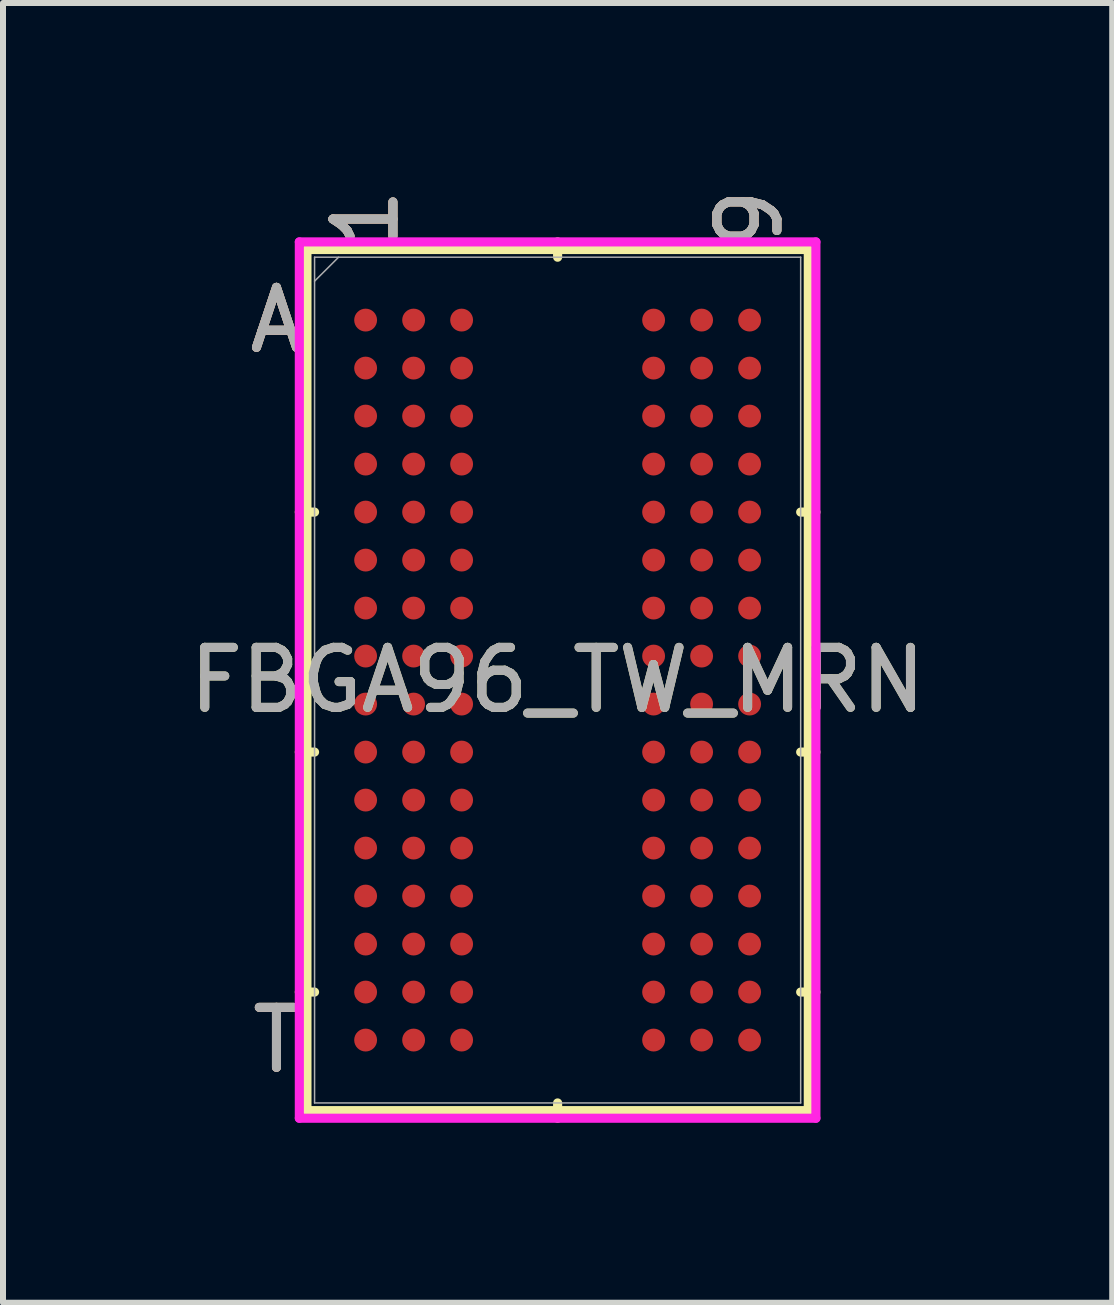
<source format=kicad_pcb>
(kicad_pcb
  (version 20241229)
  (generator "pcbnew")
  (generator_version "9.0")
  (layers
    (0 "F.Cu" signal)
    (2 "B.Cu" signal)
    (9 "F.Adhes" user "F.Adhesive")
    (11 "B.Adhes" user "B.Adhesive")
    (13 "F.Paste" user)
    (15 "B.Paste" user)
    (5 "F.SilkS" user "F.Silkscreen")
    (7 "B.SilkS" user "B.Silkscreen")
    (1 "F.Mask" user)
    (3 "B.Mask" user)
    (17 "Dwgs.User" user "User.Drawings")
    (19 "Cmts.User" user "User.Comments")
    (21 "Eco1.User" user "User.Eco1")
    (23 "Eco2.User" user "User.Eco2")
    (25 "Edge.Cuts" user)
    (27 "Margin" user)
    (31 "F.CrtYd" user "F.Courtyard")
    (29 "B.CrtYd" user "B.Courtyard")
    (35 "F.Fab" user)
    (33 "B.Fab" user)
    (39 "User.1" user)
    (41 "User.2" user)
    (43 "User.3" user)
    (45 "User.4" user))
  (footprint "FBGA96_TW_MRN"
    (layer "F.Cu")
    (at 6.244 8.285)
    (property "Reference" "FBGA96_TW_MRN" (at 0 0 0) (unlocked yes) (layer "F.SilkS") (effects (font (size 1 1) (thickness 0.15))))
    (attr smd)
    (fp_line (start -4.178 -7.176) (end -4.178 7.176) (stroke (width 0.152) (type solid)) (layer "F.SilkS"))
    (fp_line (start -4.178 7.176) (end 4.178 7.176) (stroke (width 0.152) (type solid)) (layer "F.SilkS"))
    (fp_line (start -4.051 -2.8) (end -4.305 -2.8) (stroke (width 0.152) (type solid)) (layer "F.SilkS"))
    (fp_line (start -4.051 1.2) (end -4.305 1.2) (stroke (width 0.152) (type solid)) (layer "F.SilkS"))
    (fp_line (start -4.051 5.2) (end -4.305 5.2) (stroke (width 0.152) (type solid)) (layer "F.SilkS"))
    (fp_line (start 0 -7.048) (end 0 -7.303) (stroke (width 0.152) (type solid)) (layer "F.SilkS"))
    (fp_line (start 0 7.048) (end 0 7.303) (stroke (width 0.152) (type solid)) (layer "F.SilkS"))
    (fp_line (start 4.051 -2.8) (end 4.305 -2.8) (stroke (width 0.152) (type solid)) (layer "F.SilkS"))
    (fp_line (start 4.051 1.2) (end 4.305 1.2) (stroke (width 0.152) (type solid)) (layer "F.SilkS"))
    (fp_line (start 4.051 5.2) (end 4.305 5.2) (stroke (width 0.152) (type solid)) (layer "F.SilkS"))
    (fp_line (start 4.178 -7.176) (end -4.178 -7.176) (stroke (width 0.152) (type solid)) (layer "F.SilkS"))
    (fp_line (start 4.178 7.176) (end 4.178 -7.176) (stroke (width 0.152) (type solid)) (layer "F.SilkS"))
    (fp_line (start -4.305 -7.303) (end 4.305 -7.303) (stroke (width 0.152) (type solid)) (layer "F.CrtYd"))
    (fp_line (start -4.305 7.303) (end -4.305 -7.303) (stroke (width 0.152) (type solid)) (layer "F.CrtYd"))
    (fp_line (start 4.305 -7.303) (end 4.305 7.303) (stroke (width 0.152) (type solid)) (layer "F.CrtYd"))
    (fp_line (start 4.305 7.303) (end -4.305 7.303) (stroke (width 0.152) (type solid)) (layer "F.CrtYd"))
    (fp_line (start -4.051 -7.048) (end -4.051 7.048) (stroke (width 0.025) (type solid)) (layer "F.Fab"))
    (fp_line (start -4.051 7.048) (end 4.051 7.048) (stroke (width 0.025) (type solid)) (layer "F.Fab"))
    (fp_line (start -3.651 -7.048) (end -4.051 -6.649) (stroke (width 0.025) (type solid)) (layer "F.Fab"))
    (fp_line (start 4.051 -7.048) (end -4.051 -7.048) (stroke (width 0.025) (type solid)) (layer "F.Fab"))
    (fp_line (start 4.051 7.048) (end 4.051 -7.048) (stroke (width 0.025) (type solid)) (layer "F.Fab"))
    (fp_text user "1" (at -3.2 -7.684 90) (unlocked yes) (layer "F.SilkS") (effects (font (size 1 1) (thickness 0.15))))
    (fp_text user "9" (at 3.2 -7.684 90) (unlocked yes) (layer "F.SilkS") (effects (font (size 1 1) (thickness 0.15))))
    (fp_text user "A" (at -4.686 -6 0) (unlocked yes) (layer "F.SilkS") (effects (font (size 1 1) (thickness 0.15))))
    (fp_text user "T" (at -4.686 6 0) (unlocked yes) (layer "F.SilkS") (effects (font (size 1 1) (thickness 0.15))))
    (fp_text user "1" (at -3.2 -7.684 90) (unlocked yes) (layer "B.SilkS") (effects (font (size 1 1) (thickness 0.15))))
    (fp_text user "A" (at -4.686 -6 0) (unlocked yes) (layer "B.SilkS") (effects (font (size 1 1) (thickness 0.15))))
    (fp_text user "T" (at -4.686 6 0) (unlocked yes) (layer "B.SilkS") (effects (font (size 1 1) (thickness 0.15))))
    (fp_text user "9" (at 3.2 -7.684 90) (unlocked yes) (layer "B.SilkS") (effects (font (size 1 1) (thickness 0.15))))
    (fp_text user "T" (at -4.686 6 0) (unlocked yes) (layer "F.Fab") (effects (font (size 1 1) (thickness 0.15))))
    (fp_text user "1" (at -3.2 -7.684 90) (unlocked yes) (layer "F.Fab") (effects (font (size 1 1) (thickness 0.15))))
    (fp_text user "${REFERENCE}" (at 0 0 0) (unlocked yes) (layer "F.Fab") (effects (font (size 1 1) (thickness 0.15))))
    (fp_text user "9" (at 3.2 -7.684 90) (unlocked yes) (layer "F.Fab") (effects (font (size 1 1) (thickness 0.15))))
    (fp_text user "A" (at -4.686 -6 0) (unlocked yes) (layer "F.Fab") (effects (font (size 1 1) (thickness 0.15))))
    (pad "A1" smd circle (at -3.2 -6) (size 0.381 0.381) (layers "F.Cu" "F.Mask" "F.Paste"))
    (pad "A2" smd circle (at -2.4 -6) (size 0.381 0.381) (layers "F.Cu" "F.Mask" "F.Paste"))
    (pad "A3" smd circle (at -1.6 -6) (size 0.381 0.381) (layers "F.Cu" "F.Mask" "F.Paste"))
    (pad "A7" smd circle (at 1.6 -6) (size 0.381 0.381) (layers "F.Cu" "F.Mask" "F.Paste"))
    (pad "A8" smd circle (at 2.4 -6) (size 0.381 0.381) (layers "F.Cu" "F.Mask" "F.Paste"))
    (pad "A9" smd circle (at 3.2 -6) (size 0.381 0.381) (layers "F.Cu" "F.Mask" "F.Paste"))
    (pad "B1" smd circle (at -3.2 -5.2) (size 0.381 0.381) (layers "F.Cu" "F.Mask" "F.Paste"))
    (pad "B2" smd circle (at -2.4 -5.2) (size 0.381 0.381) (layers "F.Cu" "F.Mask" "F.Paste"))
    (pad "B3" smd circle (at -1.6 -5.2) (size 0.381 0.381) (layers "F.Cu" "F.Mask" "F.Paste"))
    (pad "B7" smd circle (at 1.6 -5.2) (size 0.381 0.381) (layers "F.Cu" "F.Mask" "F.Paste"))
    (pad "B8" smd circle (at 2.4 -5.2) (size 0.381 0.381) (layers "F.Cu" "F.Mask" "F.Paste"))
    (pad "B9" smd circle (at 3.2 -5.2) (size 0.381 0.381) (layers "F.Cu" "F.Mask" "F.Paste"))
    (pad "C1" smd circle (at -3.2 -4.4) (size 0.381 0.381) (layers "F.Cu" "F.Mask" "F.Paste"))
    (pad "C2" smd circle (at -2.4 -4.4) (size 0.381 0.381) (layers "F.Cu" "F.Mask" "F.Paste"))
    (pad "C3" smd circle (at -1.6 -4.4) (size 0.381 0.381) (layers "F.Cu" "F.Mask" "F.Paste"))
    (pad "C7" smd circle (at 1.6 -4.4) (size 0.381 0.381) (layers "F.Cu" "F.Mask" "F.Paste"))
    (pad "C8" smd circle (at 2.4 -4.4) (size 0.381 0.381) (layers "F.Cu" "F.Mask" "F.Paste"))
    (pad "C9" smd circle (at 3.2 -4.4) (size 0.381 0.381) (layers "F.Cu" "F.Mask" "F.Paste"))
    (pad "D1" smd circle (at -3.2 -3.6) (size 0.381 0.381) (layers "F.Cu" "F.Mask" "F.Paste"))
    (pad "D2" smd circle (at -2.4 -3.6) (size 0.381 0.381) (layers "F.Cu" "F.Mask" "F.Paste"))
    (pad "D3" smd circle (at -1.6 -3.6) (size 0.381 0.381) (layers "F.Cu" "F.Mask" "F.Paste"))
    (pad "D7" smd circle (at 1.6 -3.6) (size 0.381 0.381) (layers "F.Cu" "F.Mask" "F.Paste"))
    (pad "D8" smd circle (at 2.4 -3.6) (size 0.381 0.381) (layers "F.Cu" "F.Mask" "F.Paste"))
    (pad "D9" smd circle (at 3.2 -3.6) (size 0.381 0.381) (layers "F.Cu" "F.Mask" "F.Paste"))
    (pad "E1" smd circle (at -3.2 -2.8) (size 0.381 0.381) (layers "F.Cu" "F.Mask" "F.Paste"))
    (pad "E2" smd circle (at -2.4 -2.8) (size 0.381 0.381) (layers "F.Cu" "F.Mask" "F.Paste"))
    (pad "E3" smd circle (at -1.6 -2.8) (size 0.381 0.381) (layers "F.Cu" "F.Mask" "F.Paste"))
    (pad "E7" smd circle (at 1.6 -2.8) (size 0.381 0.381) (layers "F.Cu" "F.Mask" "F.Paste"))
    (pad "E8" smd circle (at 2.4 -2.8) (size 0.381 0.381) (layers "F.Cu" "F.Mask" "F.Paste"))
    (pad "E9" smd circle (at 3.2 -2.8) (size 0.381 0.381) (layers "F.Cu" "F.Mask" "F.Paste"))
    (pad "F1" smd circle (at -3.2 -2) (size 0.381 0.381) (layers "F.Cu" "F.Mask" "F.Paste"))
    (pad "F2" smd circle (at -2.4 -2) (size 0.381 0.381) (layers "F.Cu" "F.Mask" "F.Paste"))
    (pad "F3" smd circle (at -1.6 -2) (size 0.381 0.381) (layers "F.Cu" "F.Mask" "F.Paste"))
    (pad "F7" smd circle (at 1.6 -2) (size 0.381 0.381) (layers "F.Cu" "F.Mask" "F.Paste"))
    (pad "F8" smd circle (at 2.4 -2) (size 0.381 0.381) (layers "F.Cu" "F.Mask" "F.Paste"))
    (pad "F9" smd circle (at 3.2 -2) (size 0.381 0.381) (layers "F.Cu" "F.Mask" "F.Paste"))
    (pad "G1" smd circle (at -3.2 -1.2) (size 0.381 0.381) (layers "F.Cu" "F.Mask" "F.Paste"))
    (pad "G2" smd circle (at -2.4 -1.2) (size 0.381 0.381) (layers "F.Cu" "F.Mask" "F.Paste"))
    (pad "G3" smd circle (at -1.6 -1.2) (size 0.381 0.381) (layers "F.Cu" "F.Mask" "F.Paste"))
    (pad "G7" smd circle (at 1.6 -1.2) (size 0.381 0.381) (layers "F.Cu" "F.Mask" "F.Paste"))
    (pad "G8" smd circle (at 2.4 -1.2) (size 0.381 0.381) (layers "F.Cu" "F.Mask" "F.Paste"))
    (pad "G9" smd circle (at 3.2 -1.2) (size 0.381 0.381) (layers "F.Cu" "F.Mask" "F.Paste"))
    (pad "H1" smd circle (at -3.2 -0.4) (size 0.381 0.381) (layers "F.Cu" "F.Mask" "F.Paste"))
    (pad "H2" smd circle (at -2.4 -0.4) (size 0.381 0.381) (layers "F.Cu" "F.Mask" "F.Paste"))
    (pad "H3" smd circle (at -1.6 -0.4) (size 0.381 0.381) (layers "F.Cu" "F.Mask" "F.Paste"))
    (pad "H7" smd circle (at 1.6 -0.4) (size 0.381 0.381) (layers "F.Cu" "F.Mask" "F.Paste"))
    (pad "H8" smd circle (at 2.4 -0.4) (size 0.381 0.381) (layers "F.Cu" "F.Mask" "F.Paste"))
    (pad "H9" smd circle (at 3.2 -0.4) (size 0.381 0.381) (layers "F.Cu" "F.Mask" "F.Paste"))
    (pad "J1" smd circle (at -3.2 0.4) (size 0.381 0.381) (layers "F.Cu" "F.Mask" "F.Paste"))
    (pad "J2" smd circle (at -2.4 0.4) (size 0.381 0.381) (layers "F.Cu" "F.Mask" "F.Paste"))
    (pad "J3" smd circle (at -1.6 0.4) (size 0.381 0.381) (layers "F.Cu" "F.Mask" "F.Paste"))
    (pad "J7" smd circle (at 1.6 0.4) (size 0.381 0.381) (layers "F.Cu" "F.Mask" "F.Paste"))
    (pad "J8" smd circle (at 2.4 0.4) (size 0.381 0.381) (layers "F.Cu" "F.Mask" "F.Paste"))
    (pad "J9" smd circle (at 3.2 0.4) (size 0.381 0.381) (layers "F.Cu" "F.Mask" "F.Paste"))
    (pad "K1" smd circle (at -3.2 1.2) (size 0.381 0.381) (layers "F.Cu" "F.Mask" "F.Paste"))
    (pad "K2" smd circle (at -2.4 1.2) (size 0.381 0.381) (layers "F.Cu" "F.Mask" "F.Paste"))
    (pad "K3" smd circle (at -1.6 1.2) (size 0.381 0.381) (layers "F.Cu" "F.Mask" "F.Paste"))
    (pad "K7" smd circle (at 1.6 1.2) (size 0.381 0.381) (layers "F.Cu" "F.Mask" "F.Paste"))
    (pad "K8" smd circle (at 2.4 1.2) (size 0.381 0.381) (layers "F.Cu" "F.Mask" "F.Paste"))
    (pad "K9" smd circle (at 3.2 1.2) (size 0.381 0.381) (layers "F.Cu" "F.Mask" "F.Paste"))
    (pad "L1" smd circle (at -3.2 2) (size 0.381 0.381) (layers "F.Cu" "F.Mask" "F.Paste"))
    (pad "L2" smd circle (at -2.4 2) (size 0.381 0.381) (layers "F.Cu" "F.Mask" "F.Paste"))
    (pad "L3" smd circle (at -1.6 2) (size 0.381 0.381) (layers "F.Cu" "F.Mask" "F.Paste"))
    (pad "L7" smd circle (at 1.6 2) (size 0.381 0.381) (layers "F.Cu" "F.Mask" "F.Paste"))
    (pad "L8" smd circle (at 2.4 2) (size 0.381 0.381) (layers "F.Cu" "F.Mask" "F.Paste"))
    (pad "L9" smd circle (at 3.2 2) (size 0.381 0.381) (layers "F.Cu" "F.Mask" "F.Paste"))
    (pad "M1" smd circle (at -3.2 2.8) (size 0.381 0.381) (layers "F.Cu" "F.Mask" "F.Paste"))
    (pad "M2" smd circle (at -2.4 2.8) (size 0.381 0.381) (layers "F.Cu" "F.Mask" "F.Paste"))
    (pad "M3" smd circle (at -1.6 2.8) (size 0.381 0.381) (layers "F.Cu" "F.Mask" "F.Paste"))
    (pad "M7" smd circle (at 1.6 2.8) (size 0.381 0.381) (layers "F.Cu" "F.Mask" "F.Paste"))
    (pad "M8" smd circle (at 2.4 2.8) (size 0.381 0.381) (layers "F.Cu" "F.Mask" "F.Paste"))
    (pad "M9" smd circle (at 3.2 2.8) (size 0.381 0.381) (layers "F.Cu" "F.Mask" "F.Paste"))
    (pad "N1" smd circle (at -3.2 3.6) (size 0.381 0.381) (layers "F.Cu" "F.Mask" "F.Paste"))
    (pad "N2" smd circle (at -2.4 3.6) (size 0.381 0.381) (layers "F.Cu" "F.Mask" "F.Paste"))
    (pad "N3" smd circle (at -1.6 3.6) (size 0.381 0.381) (layers "F.Cu" "F.Mask" "F.Paste"))
    (pad "N7" smd circle (at 1.6 3.6) (size 0.381 0.381) (layers "F.Cu" "F.Mask" "F.Paste"))
    (pad "N8" smd circle (at 2.4 3.6) (size 0.381 0.381) (layers "F.Cu" "F.Mask" "F.Paste"))
    (pad "N9" smd circle (at 3.2 3.6) (size 0.381 0.381) (layers "F.Cu" "F.Mask" "F.Paste"))
    (pad "P1" smd circle (at -3.2 4.4) (size 0.381 0.381) (layers "F.Cu" "F.Mask" "F.Paste"))
    (pad "P2" smd circle (at -2.4 4.4) (size 0.381 0.381) (layers "F.Cu" "F.Mask" "F.Paste"))
    (pad "P3" smd circle (at -1.6 4.4) (size 0.381 0.381) (layers "F.Cu" "F.Mask" "F.Paste"))
    (pad "P7" smd circle (at 1.6 4.4) (size 0.381 0.381) (layers "F.Cu" "F.Mask" "F.Paste"))
    (pad "P8" smd circle (at 2.4 4.4) (size 0.381 0.381) (layers "F.Cu" "F.Mask" "F.Paste"))
    (pad "P9" smd circle (at 3.2 4.4) (size 0.381 0.381) (layers "F.Cu" "F.Mask" "F.Paste"))
    (pad "R1" smd circle (at -3.2 5.2) (size 0.381 0.381) (layers "F.Cu" "F.Mask" "F.Paste"))
    (pad "R2" smd circle (at -2.4 5.2) (size 0.381 0.381) (layers "F.Cu" "F.Mask" "F.Paste"))
    (pad "R3" smd circle (at -1.6 5.2) (size 0.381 0.381) (layers "F.Cu" "F.Mask" "F.Paste"))
    (pad "R7" smd circle (at 1.6 5.2) (size 0.381 0.381) (layers "F.Cu" "F.Mask" "F.Paste"))
    (pad "R8" smd circle (at 2.4 5.2) (size 0.381 0.381) (layers "F.Cu" "F.Mask" "F.Paste"))
    (pad "R9" smd circle (at 3.2 5.2) (size 0.381 0.381) (layers "F.Cu" "F.Mask" "F.Paste"))
    (pad "T1" smd circle (at -3.2 6) (size 0.381 0.381) (layers "F.Cu" "F.Mask" "F.Paste"))
    (pad "T2" smd circle (at -2.4 6) (size 0.381 0.381) (layers "F.Cu" "F.Mask" "F.Paste"))
    (pad "T3" smd circle (at -1.6 6) (size 0.381 0.381) (layers "F.Cu" "F.Mask" "F.Paste"))
    (pad "T7" smd circle (at 1.6 6) (size 0.381 0.381) (layers "F.Cu" "F.Mask" "F.Paste"))
    (pad "T8" smd circle (at 2.4 6) (size 0.381 0.381) (layers "F.Cu" "F.Mask" "F.Paste"))
    (pad "T9" smd circle (at 3.2 6) (size 0.381 0.381) (layers "F.Cu" "F.Mask" "F.Paste")))
  (gr_rect
    (start -3 -3)
    (end 15.488 18.663)
    (stroke (width 0.1) (type default))
    (fill no)
    (layer "Edge.Cuts")))
</source>
